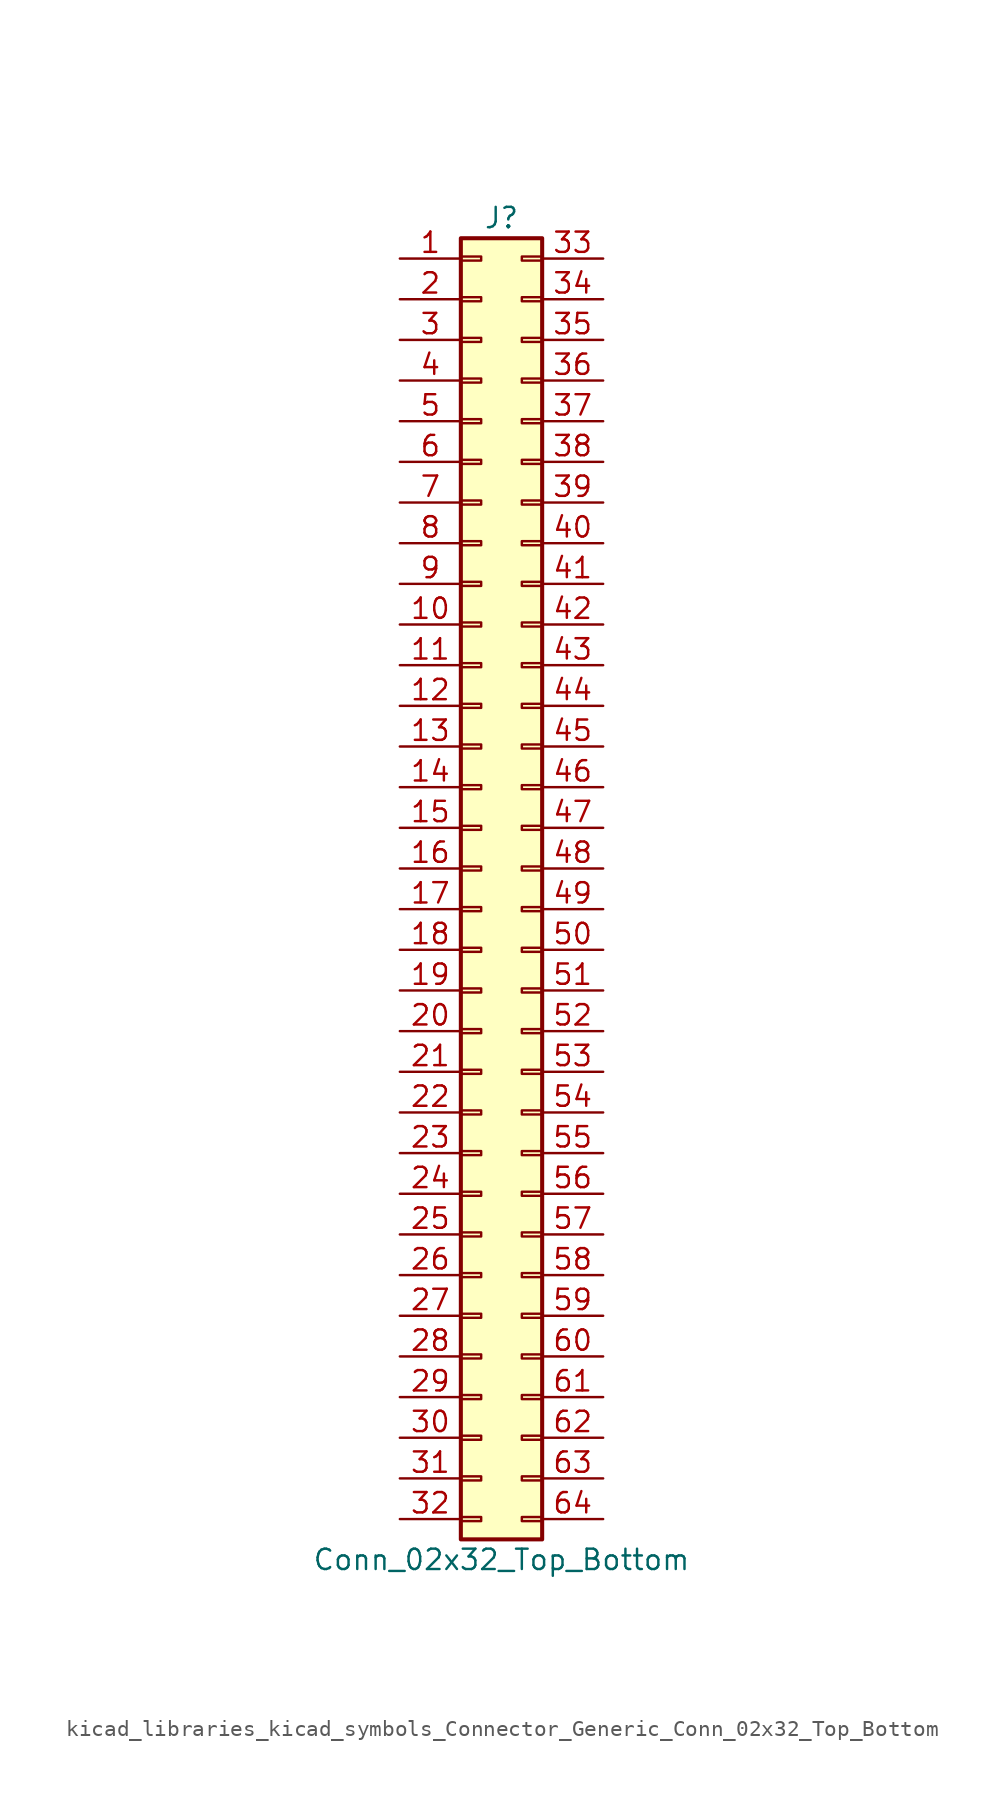
<source format=kicad_sym>
(kicad_symbol_lib
  (version 20220914)
  (generator kicad_symbol_editor)
  (symbol "kicad_libraries_kicad_symbols_Connector_Generic_Conn_02x32_Top_Bottom"
    (pin_names
      (offset 1.016) hide)
    (property "Reference" "J"
      (at 1.27 40.64 0)
      (effects (font (size 1.27 1.27))))
    (property "Value" "Conn_02x32_Top_Bottom"
      (at 1.27 -43.18 0)
      (effects (font (size 1.27 1.27))))
    (symbol "kicad_libraries_kicad_symbols_Connector_Generic_Conn_02x32_Top_Bottom_1_1"
      (rectangle (start -1.27 -40.513) (end 0 -40.767) (stroke (width 0.152) (type default)) (fill (type none)))
      (rectangle (start -1.27 -37.973) (end 0 -38.227) (stroke (width 0.152) (type default)) (fill (type none)))
      (rectangle (start -1.27 -35.433) (end 0 -35.687) (stroke (width 0.152) (type default)) (fill (type none)))
      (rectangle (start -1.27 -32.893) (end 0 -33.147) (stroke (width 0.152) (type default)) (fill (type none)))
      (rectangle (start -1.27 -30.353) (end 0 -30.607) (stroke (width 0.152) (type default)) (fill (type none)))
      (rectangle (start -1.27 -27.813) (end 0 -28.067) (stroke (width 0.152) (type default)) (fill (type none)))
      (rectangle (start -1.27 -25.273) (end 0 -25.527) (stroke (width 0.152) (type default)) (fill (type none)))
      (rectangle (start -1.27 -22.733) (end 0 -22.987) (stroke (width 0.152) (type default)) (fill (type none)))
      (rectangle (start -1.27 -20.193) (end 0 -20.447) (stroke (width 0.152) (type default)) (fill (type none)))
      (rectangle (start -1.27 -17.653) (end 0 -17.907) (stroke (width 0.152) (type default)) (fill (type none)))
      (rectangle (start -1.27 -15.113) (end 0 -15.367) (stroke (width 0.152) (type default)) (fill (type none)))
      (rectangle (start -1.27 -12.573) (end 0 -12.827) (stroke (width 0.152) (type default)) (fill (type none)))
      (rectangle (start -1.27 -10.033) (end 0 -10.287) (stroke (width 0.152) (type default)) (fill (type none)))
      (rectangle (start -1.27 -7.493) (end 0 -7.747) (stroke (width 0.152) (type default)) (fill (type none)))
      (rectangle (start -1.27 -4.953) (end 0 -5.207) (stroke (width 0.152) (type default)) (fill (type none)))
      (rectangle (start -1.27 -2.413) (end 0 -2.667) (stroke (width 0.152) (type default)) (fill (type none)))
      (rectangle (start -1.27 0.127) (end 0 -0.127) (stroke (width 0.152) (type default)) (fill (type none)))
      (rectangle (start -1.27 2.667) (end 0 2.413) (stroke (width 0.152) (type default)) (fill (type none)))
      (rectangle (start -1.27 5.207) (end 0 4.953) (stroke (width 0.152) (type default)) (fill (type none)))
      (rectangle (start -1.27 7.747) (end 0 7.493) (stroke (width 0.152) (type default)) (fill (type none)))
      (rectangle (start -1.27 10.287) (end 0 10.033) (stroke (width 0.152) (type default)) (fill (type none)))
      (rectangle (start -1.27 12.827) (end 0 12.573) (stroke (width 0.152) (type default)) (fill (type none)))
      (rectangle (start -1.27 15.367) (end 0 15.113) (stroke (width 0.152) (type default)) (fill (type none)))
      (rectangle (start -1.27 17.907) (end 0 17.653) (stroke (width 0.152) (type default)) (fill (type none)))
      (rectangle (start -1.27 20.447) (end 0 20.193) (stroke (width 0.152) (type default)) (fill (type none)))
      (rectangle (start -1.27 22.987) (end 0 22.733) (stroke (width 0.152) (type default)) (fill (type none)))
      (rectangle (start -1.27 25.527) (end 0 25.273) (stroke (width 0.152) (type default)) (fill (type none)))
      (rectangle (start -1.27 28.067) (end 0 27.813) (stroke (width 0.152) (type default)) (fill (type none)))
      (rectangle (start -1.27 30.607) (end 0 30.353) (stroke (width 0.152) (type default)) (fill (type none)))
      (rectangle (start -1.27 33.147) (end 0 32.893) (stroke (width 0.152) (type default)) (fill (type none)))
      (rectangle (start -1.27 35.687) (end 0 35.433) (stroke (width 0.152) (type default)) (fill (type none)))
      (rectangle (start -1.27 38.227) (end 0 37.973) (stroke (width 0.152) (type default)) (fill (type none)))
      (rectangle (start -1.27 39.37) (end 3.81 -41.91) (stroke (width 0.254) (type default)) (fill (type background)))
      (rectangle (start 3.81 -40.513) (end 2.54 -40.767) (stroke (width 0.152) (type default)) (fill (type none)))
      (rectangle (start 3.81 -37.973) (end 2.54 -38.227) (stroke (width 0.152) (type default)) (fill (type none)))
      (rectangle (start 3.81 -35.433) (end 2.54 -35.687) (stroke (width 0.152) (type default)) (fill (type none)))
      (rectangle (start 3.81 -32.893) (end 2.54 -33.147) (stroke (width 0.152) (type default)) (fill (type none)))
      (rectangle (start 3.81 -30.353) (end 2.54 -30.607) (stroke (width 0.152) (type default)) (fill (type none)))
      (rectangle (start 3.81 -27.813) (end 2.54 -28.067) (stroke (width 0.152) (type default)) (fill (type none)))
      (rectangle (start 3.81 -25.273) (end 2.54 -25.527) (stroke (width 0.152) (type default)) (fill (type none)))
      (rectangle (start 3.81 -22.733) (end 2.54 -22.987) (stroke (width 0.152) (type default)) (fill (type none)))
      (rectangle (start 3.81 -20.193) (end 2.54 -20.447) (stroke (width 0.152) (type default)) (fill (type none)))
      (rectangle (start 3.81 -17.653) (end 2.54 -17.907) (stroke (width 0.152) (type default)) (fill (type none)))
      (rectangle (start 3.81 -15.113) (end 2.54 -15.367) (stroke (width 0.152) (type default)) (fill (type none)))
      (rectangle (start 3.81 -12.573) (end 2.54 -12.827) (stroke (width 0.152) (type default)) (fill (type none)))
      (rectangle (start 3.81 -10.033) (end 2.54 -10.287) (stroke (width 0.152) (type default)) (fill (type none)))
      (rectangle (start 3.81 -7.493) (end 2.54 -7.747) (stroke (width 0.152) (type default)) (fill (type none)))
      (rectangle (start 3.81 -4.953) (end 2.54 -5.207) (stroke (width 0.152) (type default)) (fill (type none)))
      (rectangle (start 3.81 -2.413) (end 2.54 -2.667) (stroke (width 0.152) (type default)) (fill (type none)))
      (rectangle (start 3.81 0.127) (end 2.54 -0.127) (stroke (width 0.152) (type default)) (fill (type none)))
      (rectangle (start 3.81 2.667) (end 2.54 2.413) (stroke (width 0.152) (type default)) (fill (type none)))
      (rectangle (start 3.81 5.207) (end 2.54 4.953) (stroke (width 0.152) (type default)) (fill (type none)))
      (rectangle (start 3.81 7.747) (end 2.54 7.493) (stroke (width 0.152) (type default)) (fill (type none)))
      (rectangle (start 3.81 10.287) (end 2.54 10.033) (stroke (width 0.152) (type default)) (fill (type none)))
      (rectangle (start 3.81 12.827) (end 2.54 12.573) (stroke (width 0.152) (type default)) (fill (type none)))
      (rectangle (start 3.81 15.367) (end 2.54 15.113) (stroke (width 0.152) (type default)) (fill (type none)))
      (rectangle (start 3.81 17.907) (end 2.54 17.653) (stroke (width 0.152) (type default)) (fill (type none)))
      (rectangle (start 3.81 20.447) (end 2.54 20.193) (stroke (width 0.152) (type default)) (fill (type none)))
      (rectangle (start 3.81 22.987) (end 2.54 22.733) (stroke (width 0.152) (type default)) (fill (type none)))
      (rectangle (start 3.81 25.527) (end 2.54 25.273) (stroke (width 0.152) (type default)) (fill (type none)))
      (rectangle (start 3.81 28.067) (end 2.54 27.813) (stroke (width 0.152) (type default)) (fill (type none)))
      (rectangle (start 3.81 30.607) (end 2.54 30.353) (stroke (width 0.152) (type default)) (fill (type none)))
      (rectangle (start 3.81 33.147) (end 2.54 32.893) (stroke (width 0.152) (type default)) (fill (type none)))
      (rectangle (start 3.81 35.687) (end 2.54 35.433) (stroke (width 0.152) (type default)) (fill (type none)))
      (rectangle (start 3.81 38.227) (end 2.54 37.973) (stroke (width 0.152) (type default)) (fill (type none)))
      (pin passive line (at -5.08 38.1 0) (length 3.81) (name "Pin_1" (effects (font (size 1.27 1.27)))) (number "1" (effects (font (size 1.27 1.27)))))
      (pin passive line (at -5.08 15.24 0) (length 3.81) (name "Pin_10" (effects (font (size 1.27 1.27)))) (number "10" (effects (font (size 1.27 1.27)))))
      (pin passive line (at -5.08 12.7 0) (length 3.81) (name "Pin_11" (effects (font (size 1.27 1.27)))) (number "11" (effects (font (size 1.27 1.27)))))
      (pin passive line (at -5.08 10.16 0) (length 3.81) (name "Pin_12" (effects (font (size 1.27 1.27)))) (number "12" (effects (font (size 1.27 1.27)))))
      (pin passive line (at -5.08 7.62 0) (length 3.81) (name "Pin_13" (effects (font (size 1.27 1.27)))) (number "13" (effects (font (size 1.27 1.27)))))
      (pin passive line (at -5.08 5.08 0) (length 3.81) (name "Pin_14" (effects (font (size 1.27 1.27)))) (number "14" (effects (font (size 1.27 1.27)))))
      (pin passive line (at -5.08 2.54 0) (length 3.81) (name "Pin_15" (effects (font (size 1.27 1.27)))) (number "15" (effects (font (size 1.27 1.27)))))
      (pin passive line (at -5.08 0 0) (length 3.81) (name "Pin_16" (effects (font (size 1.27 1.27)))) (number "16" (effects (font (size 1.27 1.27)))))
      (pin passive line (at -5.08 -2.54 0) (length 3.81) (name "Pin_17" (effects (font (size 1.27 1.27)))) (number "17" (effects (font (size 1.27 1.27)))))
      (pin passive line (at -5.08 -5.08 0) (length 3.81) (name "Pin_18" (effects (font (size 1.27 1.27)))) (number "18" (effects (font (size 1.27 1.27)))))
      (pin passive line (at -5.08 -7.62 0) (length 3.81) (name "Pin_19" (effects (font (size 1.27 1.27)))) (number "19" (effects (font (size 1.27 1.27)))))
      (pin passive line (at -5.08 35.56 0) (length 3.81) (name "Pin_2" (effects (font (size 1.27 1.27)))) (number "2" (effects (font (size 1.27 1.27)))))
      (pin passive line (at -5.08 -10.16 0) (length 3.81) (name "Pin_20" (effects (font (size 1.27 1.27)))) (number "20" (effects (font (size 1.27 1.27)))))
      (pin passive line (at -5.08 -12.7 0) (length 3.81) (name "Pin_21" (effects (font (size 1.27 1.27)))) (number "21" (effects (font (size 1.27 1.27)))))
      (pin passive line (at -5.08 -15.24 0) (length 3.81) (name "Pin_22" (effects (font (size 1.27 1.27)))) (number "22" (effects (font (size 1.27 1.27)))))
      (pin passive line (at -5.08 -17.78 0) (length 3.81) (name "Pin_23" (effects (font (size 1.27 1.27)))) (number "23" (effects (font (size 1.27 1.27)))))
      (pin passive line (at -5.08 -20.32 0) (length 3.81) (name "Pin_24" (effects (font (size 1.27 1.27)))) (number "24" (effects (font (size 1.27 1.27)))))
      (pin passive line (at -5.08 -22.86 0) (length 3.81) (name "Pin_25" (effects (font (size 1.27 1.27)))) (number "25" (effects (font (size 1.27 1.27)))))
      (pin passive line (at -5.08 -25.4 0) (length 3.81) (name "Pin_26" (effects (font (size 1.27 1.27)))) (number "26" (effects (font (size 1.27 1.27)))))
      (pin passive line (at -5.08 -27.94 0) (length 3.81) (name "Pin_27" (effects (font (size 1.27 1.27)))) (number "27" (effects (font (size 1.27 1.27)))))
      (pin passive line (at -5.08 -30.48 0) (length 3.81) (name "Pin_28" (effects (font (size 1.27 1.27)))) (number "28" (effects (font (size 1.27 1.27)))))
      (pin passive line (at -5.08 -33.02 0) (length 3.81) (name "Pin_29" (effects (font (size 1.27 1.27)))) (number "29" (effects (font (size 1.27 1.27)))))
      (pin passive line (at -5.08 33.02 0) (length 3.81) (name "Pin_3" (effects (font (size 1.27 1.27)))) (number "3" (effects (font (size 1.27 1.27)))))
      (pin passive line (at -5.08 -35.56 0) (length 3.81) (name "Pin_30" (effects (font (size 1.27 1.27)))) (number "30" (effects (font (size 1.27 1.27)))))
      (pin passive line (at -5.08 -38.1 0) (length 3.81) (name "Pin_31" (effects (font (size 1.27 1.27)))) (number "31" (effects (font (size 1.27 1.27)))))
      (pin passive line (at -5.08 -40.64 0) (length 3.81) (name "Pin_32" (effects (font (size 1.27 1.27)))) (number "32" (effects (font (size 1.27 1.27)))))
      (pin passive line (at 7.62 38.1 180) (length 3.81) (name "Pin_33" (effects (font (size 1.27 1.27)))) (number "33" (effects (font (size 1.27 1.27)))))
      (pin passive line (at 7.62 35.56 180) (length 3.81) (name "Pin_34" (effects (font (size 1.27 1.27)))) (number "34" (effects (font (size 1.27 1.27)))))
      (pin passive line (at 7.62 33.02 180) (length 3.81) (name "Pin_35" (effects (font (size 1.27 1.27)))) (number "35" (effects (font (size 1.27 1.27)))))
      (pin passive line (at 7.62 30.48 180) (length 3.81) (name "Pin_36" (effects (font (size 1.27 1.27)))) (number "36" (effects (font (size 1.27 1.27)))))
      (pin passive line (at 7.62 27.94 180) (length 3.81) (name "Pin_37" (effects (font (size 1.27 1.27)))) (number "37" (effects (font (size 1.27 1.27)))))
      (pin passive line (at 7.62 25.4 180) (length 3.81) (name "Pin_38" (effects (font (size 1.27 1.27)))) (number "38" (effects (font (size 1.27 1.27)))))
      (pin passive line (at 7.62 22.86 180) (length 3.81) (name "Pin_39" (effects (font (size 1.27 1.27)))) (number "39" (effects (font (size 1.27 1.27)))))
      (pin passive line (at -5.08 30.48 0) (length 3.81) (name "Pin_4" (effects (font (size 1.27 1.27)))) (number "4" (effects (font (size 1.27 1.27)))))
      (pin passive line (at 7.62 20.32 180) (length 3.81) (name "Pin_40" (effects (font (size 1.27 1.27)))) (number "40" (effects (font (size 1.27 1.27)))))
      (pin passive line (at 7.62 17.78 180) (length 3.81) (name "Pin_41" (effects (font (size 1.27 1.27)))) (number "41" (effects (font (size 1.27 1.27)))))
      (pin passive line (at 7.62 15.24 180) (length 3.81) (name "Pin_42" (effects (font (size 1.27 1.27)))) (number "42" (effects (font (size 1.27 1.27)))))
      (pin passive line (at 7.62 12.7 180) (length 3.81) (name "Pin_43" (effects (font (size 1.27 1.27)))) (number "43" (effects (font (size 1.27 1.27)))))
      (pin passive line (at 7.62 10.16 180) (length 3.81) (name "Pin_44" (effects (font (size 1.27 1.27)))) (number "44" (effects (font (size 1.27 1.27)))))
      (pin passive line (at 7.62 7.62 180) (length 3.81) (name "Pin_45" (effects (font (size 1.27 1.27)))) (number "45" (effects (font (size 1.27 1.27)))))
      (pin passive line (at 7.62 5.08 180) (length 3.81) (name "Pin_46" (effects (font (size 1.27 1.27)))) (number "46" (effects (font (size 1.27 1.27)))))
      (pin passive line (at 7.62 2.54 180) (length 3.81) (name "Pin_47" (effects (font (size 1.27 1.27)))) (number "47" (effects (font (size 1.27 1.27)))))
      (pin passive line (at 7.62 0 180) (length 3.81) (name "Pin_48" (effects (font (size 1.27 1.27)))) (number "48" (effects (font (size 1.27 1.27)))))
      (pin passive line (at 7.62 -2.54 180) (length 3.81) (name "Pin_49" (effects (font (size 1.27 1.27)))) (number "49" (effects (font (size 1.27 1.27)))))
      (pin passive line (at -5.08 27.94 0) (length 3.81) (name "Pin_5" (effects (font (size 1.27 1.27)))) (number "5" (effects (font (size 1.27 1.27)))))
      (pin passive line (at 7.62 -5.08 180) (length 3.81) (name "Pin_50" (effects (font (size 1.27 1.27)))) (number "50" (effects (font (size 1.27 1.27)))))
      (pin passive line (at 7.62 -7.62 180) (length 3.81) (name "Pin_51" (effects (font (size 1.27 1.27)))) (number "51" (effects (font (size 1.27 1.27)))))
      (pin passive line (at 7.62 -10.16 180) (length 3.81) (name "Pin_52" (effects (font (size 1.27 1.27)))) (number "52" (effects (font (size 1.27 1.27)))))
      (pin passive line (at 7.62 -12.7 180) (length 3.81) (name "Pin_53" (effects (font (size 1.27 1.27)))) (number "53" (effects (font (size 1.27 1.27)))))
      (pin passive line (at 7.62 -15.24 180) (length 3.81) (name "Pin_54" (effects (font (size 1.27 1.27)))) (number "54" (effects (font (size 1.27 1.27)))))
      (pin passive line (at 7.62 -17.78 180) (length 3.81) (name "Pin_55" (effects (font (size 1.27 1.27)))) (number "55" (effects (font (size 1.27 1.27)))))
      (pin passive line (at 7.62 -20.32 180) (length 3.81) (name "Pin_56" (effects (font (size 1.27 1.27)))) (number "56" (effects (font (size 1.27 1.27)))))
      (pin passive line (at 7.62 -22.86 180) (length 3.81) (name "Pin_57" (effects (font (size 1.27 1.27)))) (number "57" (effects (font (size 1.27 1.27)))))
      (pin passive line (at 7.62 -25.4 180) (length 3.81) (name "Pin_58" (effects (font (size 1.27 1.27)))) (number "58" (effects (font (size 1.27 1.27)))))
      (pin passive line (at 7.62 -27.94 180) (length 3.81) (name "Pin_59" (effects (font (size 1.27 1.27)))) (number "59" (effects (font (size 1.27 1.27)))))
      (pin passive line (at -5.08 25.4 0) (length 3.81) (name "Pin_6" (effects (font (size 1.27 1.27)))) (number "6" (effects (font (size 1.27 1.27)))))
      (pin passive line (at 7.62 -30.48 180) (length 3.81) (name "Pin_60" (effects (font (size 1.27 1.27)))) (number "60" (effects (font (size 1.27 1.27)))))
      (pin passive line (at 7.62 -33.02 180) (length 3.81) (name "Pin_61" (effects (font (size 1.27 1.27)))) (number "61" (effects (font (size 1.27 1.27)))))
      (pin passive line (at 7.62 -35.56 180) (length 3.81) (name "Pin_62" (effects (font (size 1.27 1.27)))) (number "62" (effects (font (size 1.27 1.27)))))
      (pin passive line (at 7.62 -38.1 180) (length 3.81) (name "Pin_63" (effects (font (size 1.27 1.27)))) (number "63" (effects (font (size 1.27 1.27)))))
      (pin passive line (at 7.62 -40.64 180) (length 3.81) (name "Pin_64" (effects (font (size 1.27 1.27)))) (number "64" (effects (font (size 1.27 1.27)))))
      (pin passive line (at -5.08 22.86 0) (length 3.81) (name "Pin_7" (effects (font (size 1.27 1.27)))) (number "7" (effects (font (size 1.27 1.27)))))
      (pin passive line (at -5.08 20.32 0) (length 3.81) (name "Pin_8" (effects (font (size 1.27 1.27)))) (number "8" (effects (font (size 1.27 1.27)))))
      (pin passive line (at -5.08 17.78 0) (length 3.81) (name "Pin_9" (effects (font (size 1.27 1.27)))) (number "9" (effects (font (size 1.27 1.27))))))))
</source>
